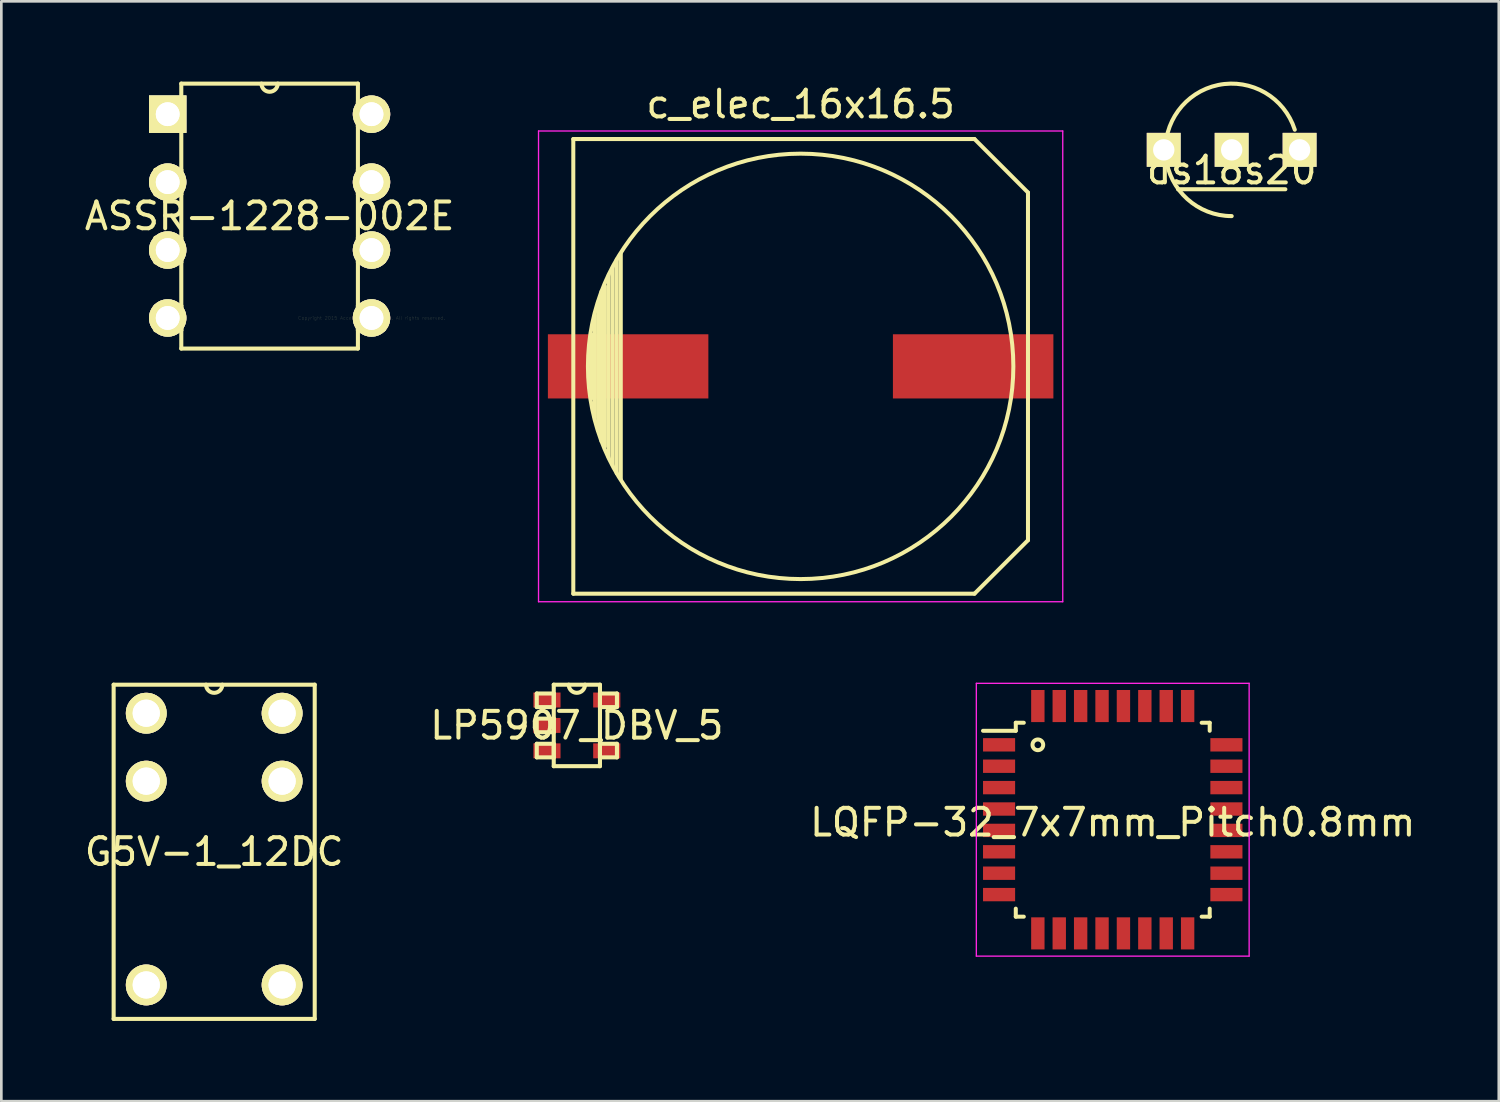
<source format=kicad_pcb>
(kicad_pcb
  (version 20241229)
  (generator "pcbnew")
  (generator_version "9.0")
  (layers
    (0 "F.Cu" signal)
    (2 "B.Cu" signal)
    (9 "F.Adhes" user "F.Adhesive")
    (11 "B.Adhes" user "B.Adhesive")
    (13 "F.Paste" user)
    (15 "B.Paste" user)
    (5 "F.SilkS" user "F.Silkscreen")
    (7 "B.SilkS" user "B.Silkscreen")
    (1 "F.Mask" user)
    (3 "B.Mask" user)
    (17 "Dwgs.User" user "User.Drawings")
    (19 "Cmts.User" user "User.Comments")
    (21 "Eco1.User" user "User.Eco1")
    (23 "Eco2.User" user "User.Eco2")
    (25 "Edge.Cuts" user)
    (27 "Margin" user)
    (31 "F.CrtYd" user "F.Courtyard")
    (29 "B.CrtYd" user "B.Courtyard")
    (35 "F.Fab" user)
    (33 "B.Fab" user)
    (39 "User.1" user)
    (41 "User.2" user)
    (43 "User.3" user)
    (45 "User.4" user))
  (footprint "LQFP-32_7x7mm_Pitch0.8mm"
    (layer "F.Cu")
    (at 38.554 27.598)
    (property "Reference" "LQFP-32_7x7mm_Pitch0.8mm" (at 0 0.1 0) (layer "F.SilkS") (effects (font (size 1 1) (thickness 0.15))))
    (attr smd)
    (fp_line (start -3.625 -3.625) (end -3.625 -3.325) (stroke (width 0.15) (type solid)) (layer "F.SilkS"))
    (fp_line (start -3.625 -3.625) (end -3.325 -3.625) (stroke (width 0.15) (type solid)) (layer "F.SilkS"))
    (fp_line (start -3.625 -3.325) (end -4.85 -3.325) (stroke (width 0.15) (type solid)) (layer "F.SilkS"))
    (fp_line (start -3.625 3.625) (end -3.625 3.325) (stroke (width 0.15) (type solid)) (layer "F.SilkS"))
    (fp_line (start -3.625 3.625) (end -3.325 3.625) (stroke (width 0.15) (type solid)) (layer "F.SilkS"))
    (fp_line (start 3.625 -3.625) (end 3.325 -3.625) (stroke (width 0.15) (type solid)) (layer "F.SilkS"))
    (fp_line (start 3.625 -3.625) (end 3.625 -3.325) (stroke (width 0.15) (type solid)) (layer "F.SilkS"))
    (fp_line (start 3.625 3.625) (end 3.325 3.625) (stroke (width 0.15) (type solid)) (layer "F.SilkS"))
    (fp_line (start 3.625 3.625) (end 3.625 3.325) (stroke (width 0.15) (type solid)) (layer "F.SilkS"))
    (fp_circle (center -2.8 -2.8) (end -2.6 -2.8) (stroke (width 0.15) (type solid)) (fill no) (layer "F.SilkS"))
    (fp_line (start -5.1 -5.1) (end -5.1 5.1) (stroke (width 0.05) (type solid)) (layer "F.CrtYd"))
    (fp_line (start -5.1 -5.1) (end 5.1 -5.1) (stroke (width 0.05) (type solid)) (layer "F.CrtYd"))
    (fp_line (start -5.1 5.1) (end 5.1 5.1) (stroke (width 0.05) (type solid)) (layer "F.CrtYd"))
    (fp_line (start 5.1 -5.1) (end 5.1 5.1) (stroke (width 0.05) (type solid)) (layer "F.CrtYd"))
    (pad "1" smd rect (at -4.25 -2.8) (size 1.2 0.5) (layers "F.Cu" "F.Mask" "F.Paste"))
    (pad "2" smd rect (at -4.25 -2) (size 1.2 0.5) (layers "F.Cu" "F.Mask" "F.Paste"))
    (pad "3" smd rect (at -4.25 -1.2) (size 1.2 0.5) (layers "F.Cu" "F.Mask" "F.Paste"))
    (pad "4" smd rect (at -4.25 -0.4) (size 1.2 0.5) (layers "F.Cu" "F.Mask" "F.Paste"))
    (pad "5" smd rect (at -4.25 0.4) (size 1.2 0.5) (layers "F.Cu" "F.Mask" "F.Paste"))
    (pad "6" smd rect (at -4.25 1.2) (size 1.2 0.5) (layers "F.Cu" "F.Mask" "F.Paste"))
    (pad "7" smd rect (at -4.25 2) (size 1.2 0.5) (layers "F.Cu" "F.Mask" "F.Paste"))
    (pad "8" smd rect (at -4.25 2.8) (size 1.2 0.5) (layers "F.Cu" "F.Mask" "F.Paste"))
    (pad "9" smd rect (at -2.8 4.25 90) (size 1.2 0.5) (layers "F.Cu" "F.Mask" "F.Paste"))
    (pad "10" smd rect (at -2 4.25 90) (size 1.2 0.5) (layers "F.Cu" "F.Mask" "F.Paste"))
    (pad "11" smd rect (at -1.2 4.25 90) (size 1.2 0.5) (layers "F.Cu" "F.Mask" "F.Paste"))
    (pad "12" smd rect (at -0.4 4.25 90) (size 1.2 0.5) (layers "F.Cu" "F.Mask" "F.Paste"))
    (pad "13" smd rect (at 0.4 4.25 90) (size 1.2 0.5) (layers "F.Cu" "F.Mask" "F.Paste"))
    (pad "14" smd rect (at 1.2 4.25 90) (size 1.2 0.5) (layers "F.Cu" "F.Mask" "F.Paste"))
    (pad "15" smd rect (at 2 4.25 90) (size 1.2 0.5) (layers "F.Cu" "F.Mask" "F.Paste"))
    (pad "16" smd rect (at 2.8 4.25 90) (size 1.2 0.5) (layers "F.Cu" "F.Mask" "F.Paste"))
    (pad "17" smd rect (at 4.25 2.8) (size 1.2 0.5) (layers "F.Cu" "F.Mask" "F.Paste"))
    (pad "18" smd rect (at 4.25 2) (size 1.2 0.5) (layers "F.Cu" "F.Mask" "F.Paste"))
    (pad "19" smd rect (at 4.25 1.2) (size 1.2 0.5) (layers "F.Cu" "F.Mask" "F.Paste"))
    (pad "20" smd rect (at 4.25 0.4) (size 1.2 0.5) (layers "F.Cu" "F.Mask" "F.Paste"))
    (pad "21" smd rect (at 4.25 -0.4) (size 1.2 0.5) (layers "F.Cu" "F.Mask" "F.Paste"))
    (pad "22" smd rect (at 4.25 -1.2) (size 1.2 0.5) (layers "F.Cu" "F.Mask" "F.Paste"))
    (pad "23" smd rect (at 4.25 -2) (size 1.2 0.5) (layers "F.Cu" "F.Mask" "F.Paste"))
    (pad "24" smd rect (at 4.25 -2.8) (size 1.2 0.5) (layers "F.Cu" "F.Mask" "F.Paste"))
    (pad "25" smd rect (at 2.8 -4.25 90) (size 1.2 0.5) (layers "F.Cu" "F.Mask" "F.Paste"))
    (pad "26" smd rect (at 2 -4.25 90) (size 1.2 0.5) (layers "F.Cu" "F.Mask" "F.Paste"))
    (pad "27" smd rect (at 1.2 -4.25 90) (size 1.2 0.5) (layers "F.Cu" "F.Mask" "F.Paste"))
    (pad "28" smd rect (at 0.4 -4.25 90) (size 1.2 0.5) (layers "F.Cu" "F.Mask" "F.Paste"))
    (pad "29" smd rect (at -0.4 -4.25 90) (size 1.2 0.5) (layers "F.Cu" "F.Mask" "F.Paste"))
    (pad "30" smd rect (at -1.2 -4.25 90) (size 1.2 0.5) (layers "F.Cu" "F.Mask" "F.Paste"))
    (pad "31" smd rect (at -2 -4.25 90) (size 1.2 0.5) (layers "F.Cu" "F.Mask" "F.Paste"))
    (pad "32" smd rect (at -2.8 -4.25 90) (size 1.2 0.5) (layers "F.Cu" "F.Mask" "F.Paste")))
  (footprint "c_elec_16x16.5"
    (layer "F.Cu")
    (at 26.885 10.648)
    (property "Reference" "c_elec_16x16.5" (at 0 -9.8 0) (layer "F.SilkS") (effects (font (size 1 1) (thickness 0.15))))
    (attr smd)
    (fp_line (start -8.5 -8.5) (end -8.5 8.5) (stroke (width 0.15) (type solid)) (layer "F.SilkS"))
    (fp_line (start -8.5 8.5) (end 6.5 8.5) (stroke (width 0.15) (type solid)) (layer "F.SilkS"))
    (fp_line (start -7.826 1.2) (end -7.826 -1.2) (stroke (width 0.15) (type solid)) (layer "F.SilkS"))
    (fp_line (start -7.699 -1.9) (end -7.699 1.9) (stroke (width 0.15) (type solid)) (layer "F.SilkS"))
    (fp_line (start -7.572 2.4) (end -7.572 -2.4) (stroke (width 0.15) (type solid)) (layer "F.SilkS"))
    (fp_line (start -7.445 -2.8) (end -7.445 2.8) (stroke (width 0.15) (type solid)) (layer "F.SilkS"))
    (fp_line (start -7.318 3) (end -7.318 -3) (stroke (width 0.15) (type solid)) (layer "F.SilkS"))
    (fp_line (start -7.175 3.4) (end -7.175 -3.4) (stroke (width 0.15) (type solid)) (layer "F.SilkS"))
    (fp_line (start -7.025 3.7) (end -7.025 -3.7) (stroke (width 0.15) (type solid)) (layer "F.SilkS"))
    (fp_line (start -6.875 4) (end -6.875 -4) (stroke (width 0.15) (type solid)) (layer "F.SilkS"))
    (fp_line (start -6.725 4.2) (end -6.725 -4.2) (stroke (width 0.15) (type solid)) (layer "F.SilkS"))
    (fp_line (start 6.5 -8.5) (end -8.5 -8.5) (stroke (width 0.15) (type solid)) (layer "F.SilkS"))
    (fp_line (start 6.5 -8.5) (end 8.5 -6.5) (stroke (width 0.15) (type solid)) (layer "F.SilkS"))
    (fp_line (start 6.5 8.5) (end 8.5 6.5) (stroke (width 0.15) (type solid)) (layer "F.SilkS"))
    (fp_line (start 8.5 6.5) (end 8.5 -6.5) (stroke (width 0.15) (type solid)) (layer "F.SilkS"))
    (fp_circle (center 0 0) (end 7.953 0) (stroke (width 0.15) (type solid)) (fill no) (layer "F.SilkS"))
    (fp_line (start -9.8 -8.8) (end 9.8 -8.8) (stroke (width 0.05) (type solid)) (layer "F.CrtYd"))
    (fp_line (start -9.8 8.8) (end -9.8 -8.8) (stroke (width 0.05) (type solid)) (layer "F.CrtYd"))
    (fp_line (start 9.8 -8.8) (end 9.8 8.8) (stroke (width 0.05) (type solid)) (layer "F.CrtYd"))
    (fp_line (start 9.8 8.8) (end -9.8 8.8) (stroke (width 0.05) (type solid)) (layer "F.CrtYd"))
    (pad "1" smd rect (at 6.45 0) (size 6 2.4) (layers "F.Cu" "F.Mask" "F.Paste"))
    (pad "2" smd rect (at -6.45 0) (size 6 2.4) (layers "F.Cu" "F.Mask" "F.Paste")))
  (footprint "ds18s20"
    (layer "F.Cu")
    (at 45.541 2.553)
    (property "Reference" "ds18s20" (at -2.54 0.762 0) (layer "F.SilkS") (effects (font (size 1 1) (thickness 0.15))))
    (attr through_hole)
    (fp_line (start -4.547 1.473) (end -0.533 1.473) (stroke (width 0.152) (type solid)) (layer "F.SilkS"))
    (fp_arc (start -2.54 2.4765) (mid -4.539998 -1.4605) (end -0.181028 -0.75386) (stroke (width 0.1524) (type solid)) (layer "F.SilkS"))
    (fp_circle (center -4.763 0) (end -4.636 0) (stroke (width 0.152) (type solid)) (fill no) (layer "F.SilkS"))
    (pad "1" thru_hole rect (at -5.08 0) (size 1.27 1.27) (drill 0.8) (layers "*.Cu" "*.Mask" "F.SilkS"))
    (pad "2" thru_hole rect (at -2.54 0) (size 1.27 1.27) (drill 0.8) (layers "*.Cu" "*.Mask" "F.SilkS"))
    (pad "3" thru_hole rect (at 0 0) (size 1.27 1.27) (drill 0.8) (layers "*.Cu" "*.Mask" "F.SilkS")))
  (footprint "LP5907_DBV_5"
    (layer "F.Cu")
    (at 18.518 24.073)
    (property "Reference" "LP5907_DBV_5" (at 0 0 0) (layer "F.SilkS") (effects (font (size 1 1) (thickness 0.15))))
    (attr through_hole)
    (fp_line (start -1.499 -1.194) (end -1.499 -0.686) (stroke (width 0.152) (type solid)) (layer "F.SilkS"))
    (fp_line (start -1.499 -0.686) (end -0.864 -0.686) (stroke (width 0.152) (type solid)) (layer "F.SilkS"))
    (fp_line (start -1.499 -0.254) (end -1.499 0.254) (stroke (width 0.152) (type solid)) (layer "F.SilkS"))
    (fp_line (start -1.499 0.254) (end -0.864 0.254) (stroke (width 0.152) (type solid)) (layer "F.SilkS"))
    (fp_line (start -1.499 0.686) (end -1.499 1.194) (stroke (width 0.152) (type solid)) (layer "F.SilkS"))
    (fp_line (start -1.499 1.194) (end -0.864 1.194) (stroke (width 0.152) (type solid)) (layer "F.SilkS"))
    (fp_line (start -0.864 -1.524) (end -0.864 1.524) (stroke (width 0.152) (type solid)) (layer "F.SilkS"))
    (fp_line (start -0.864 -1.194) (end -1.499 -1.194) (stroke (width 0.152) (type solid)) (layer "F.SilkS"))
    (fp_line (start -0.864 -0.686) (end -0.864 -1.194) (stroke (width 0.152) (type solid)) (layer "F.SilkS"))
    (fp_line (start -0.864 -0.254) (end -1.499 -0.254) (stroke (width 0.152) (type solid)) (layer "F.SilkS"))
    (fp_line (start -0.864 0.254) (end -0.864 -0.254) (stroke (width 0.152) (type solid)) (layer "F.SilkS"))
    (fp_line (start -0.864 0.686) (end -1.499 0.686) (stroke (width 0.152) (type solid)) (layer "F.SilkS"))
    (fp_line (start -0.864 1.194) (end -0.864 0.686) (stroke (width 0.152) (type solid)) (layer "F.SilkS"))
    (fp_line (start -0.864 1.524) (end 0.864 1.524) (stroke (width 0.152) (type solid)) (layer "F.SilkS"))
    (fp_line (start 0.864 -1.524) (end -0.864 -1.524) (stroke (width 0.152) (type solid)) (layer "F.SilkS"))
    (fp_line (start 0.864 -1.194) (end 0.864 -0.686) (stroke (width 0.152) (type solid)) (layer "F.SilkS"))
    (fp_line (start 0.864 -0.686) (end 1.499 -0.686) (stroke (width 0.152) (type solid)) (layer "F.SilkS"))
    (fp_line (start 0.864 0.686) (end 0.864 1.194) (stroke (width 0.152) (type solid)) (layer "F.SilkS"))
    (fp_line (start 0.864 1.194) (end 1.499 1.194) (stroke (width 0.152) (type solid)) (layer "F.SilkS"))
    (fp_line (start 0.864 1.524) (end 0.864 -1.524) (stroke (width 0.152) (type solid)) (layer "F.SilkS"))
    (fp_line (start 1.499 -1.194) (end 0.864 -1.194) (stroke (width 0.152) (type solid)) (layer "F.SilkS"))
    (fp_line (start 1.499 -0.686) (end 1.499 -1.194) (stroke (width 0.152) (type solid)) (layer "F.SilkS"))
    (fp_line (start 1.499 0.686) (end 0.864 0.686) (stroke (width 0.152) (type solid)) (layer "F.SilkS"))
    (fp_line (start 1.499 1.194) (end 1.499 0.686) (stroke (width 0.152) (type solid)) (layer "F.SilkS"))
    (fp_arc (start 0.3048 -1.524) (mid 0 -1.2192) (end -0.3048 -1.524) (stroke (width 0.1524) (type solid)) (layer "F.SilkS"))
    (pad "1" smd rect (at -1.118 -0.95) (size 1.016 0.559) (layers "F.Cu" "F.Mask" "F.Paste"))
    (pad "2" smd rect (at -1.118 0) (size 1.016 0.559) (layers "F.Cu" "F.Mask" "F.Paste"))
    (pad "3" smd rect (at -1.118 0.95) (size 1.016 0.559) (layers "F.Cu" "F.Mask" "F.Paste"))
    (pad "4" smd rect (at 1.118 0.95) (size 1.016 0.559) (layers "F.Cu" "F.Mask" "F.Paste"))
    (pad "5" smd rect (at 1.118 -0.95) (size 1.016 0.559) (layers "F.Cu" "F.Mask" "F.Paste")))
  (footprint "G5V-1_12DC"
    (layer "F.Cu")
    (at 7.498 33.979)
    (property "Reference" "G5V-1_12DC" (at -2.54 -5.182 0) (layer "F.SilkS") (effects (font (size 1 1) (thickness 0.15))))
    (attr through_hole)
    (fp_line (start -6.299 -11.43) (end -6.299 1.067) (stroke (width 0.152) (type solid)) (layer "F.SilkS"))
    (fp_line (start -6.299 1.067) (end 1.219 1.067) (stroke (width 0.152) (type solid)) (layer "F.SilkS"))
    (fp_line (start 1.219 -11.43) (end -6.299 -11.43) (stroke (width 0.152) (type solid)) (layer "F.SilkS"))
    (fp_line (start 1.219 1.067) (end 1.219 -11.43) (stroke (width 0.152) (type solid)) (layer "F.SilkS"))
    (fp_arc (start -2.2352 -11.43) (mid -2.54 -11.1252) (end -2.8448 -11.43) (stroke (width 0.1524) (type solid)) (layer "F.SilkS"))
    (pad "1" thru_hole circle (at -5.08 -10.363) (size 1.524 1.524) (drill 1.016) (layers "*.Cu" "*.Mask" "F.SilkS"))
    (pad "1" thru_hole circle (at -5.08 -10.363) (size 1.524 1.524) (drill 1.016) (layers "*.Cu" "*.Mask" "F.SilkS"))
    (pad "2" thru_hole circle (at -5.08 -7.823) (size 1.524 1.524) (drill 1.016) (layers "*.Cu" "*.Mask" "F.SilkS"))
    (pad "2" thru_hole circle (at -5.08 -7.823) (size 1.524 1.524) (drill 1.016) (layers "*.Cu" "*.Mask" "F.SilkS"))
    (pad "3" thru_hole circle (at -5.08 -0.203) (size 1.524 1.524) (drill 1.016) (layers "*.Cu" "*.Mask" "F.SilkS"))
    (pad "3" thru_hole circle (at -5.08 -0.203) (size 1.524 1.524) (drill 1.016) (layers "*.Cu" "*.Mask" "F.SilkS"))
    (pad "4" thru_hole circle (at 0 -0.203) (size 1.524 1.524) (drill 1.016) (layers "*.Cu" "*.Mask" "F.SilkS"))
    (pad "4" thru_hole circle (at 0 -0.203) (size 1.524 1.524) (drill 1.016) (layers "*.Cu" "*.Mask" "F.SilkS"))
    (pad "5" thru_hole circle (at 0 -7.823) (size 1.524 1.524) (drill 1.016) (layers "*.Cu" "*.Mask" "F.SilkS"))
    (pad "5" thru_hole circle (at 0 -7.823) (size 1.524 1.524) (drill 1.016) (layers "*.Cu" "*.Mask" "F.SilkS"))
    (pad "6" thru_hole circle (at 0 -10.363) (size 1.524 1.524) (drill 1.016) (layers "*.Cu" "*.Mask" "F.SilkS"))
    (pad "6" thru_hole circle (at 0 -10.363) (size 1.524 1.524) (drill 1.016) (layers "*.Cu" "*.Mask" "F.SilkS")))
  (footprint "ASSR-1228-002E"
    (layer "F.Cu")
    (at 10.84 8.839)
    (property "Reference" "ASSR-1228-002E" (at -3.81 -3.81 0) (layer "F.SilkS") (effects (font (size 1 1) (thickness 0.15))))
    (attr through_hole)
    (fp_line (start -8.077 -8.077) (end -8.077 -7.163) (stroke (width 0.152) (type solid)) (layer "F.SilkS"))
    (fp_line (start -8.077 -7.163) (end -7.112 -7.163) (stroke (width 0.152) (type solid)) (layer "F.SilkS"))
    (fp_line (start -8.077 -5.537) (end -8.077 -4.623) (stroke (width 0.152) (type solid)) (layer "F.SilkS"))
    (fp_line (start -8.077 -4.623) (end -7.112 -4.623) (stroke (width 0.152) (type solid)) (layer "F.SilkS"))
    (fp_line (start -8.077 -2.997) (end -8.077 -2.083) (stroke (width 0.152) (type solid)) (layer "F.SilkS"))
    (fp_line (start -8.077 -2.083) (end -7.112 -2.083) (stroke (width 0.152) (type solid)) (layer "F.SilkS"))
    (fp_line (start -8.077 -0.432) (end -8.077 0.457) (stroke (width 0.152) (type solid)) (layer "F.SilkS"))
    (fp_line (start -8.077 0.457) (end -7.112 0.457) (stroke (width 0.152) (type solid)) (layer "F.SilkS"))
    (fp_line (start -7.112 -8.763) (end -7.112 1.143) (stroke (width 0.152) (type solid)) (layer "F.SilkS"))
    (fp_line (start -7.112 -8.077) (end -8.077 -8.077) (stroke (width 0.152) (type solid)) (layer "F.SilkS"))
    (fp_line (start -7.112 -7.163) (end -7.112 -8.077) (stroke (width 0.152) (type solid)) (layer "F.SilkS"))
    (fp_line (start -7.112 -5.537) (end -8.077 -5.537) (stroke (width 0.152) (type solid)) (layer "F.SilkS"))
    (fp_line (start -7.112 -4.623) (end -7.112 -5.537) (stroke (width 0.152) (type solid)) (layer "F.SilkS"))
    (fp_line (start -7.112 -2.997) (end -8.077 -2.997) (stroke (width 0.152) (type solid)) (layer "F.SilkS"))
    (fp_line (start -7.112 -2.083) (end -7.112 -2.997) (stroke (width 0.152) (type solid)) (layer "F.SilkS"))
    (fp_line (start -7.112 -0.457) (end -8.077 -0.432) (stroke (width 0.152) (type solid)) (layer "F.SilkS"))
    (fp_line (start -7.112 0.457) (end -7.112 -0.457) (stroke (width 0.152) (type solid)) (layer "F.SilkS"))
    (fp_line (start -7.112 1.143) (end -0.508 1.143) (stroke (width 0.152) (type solid)) (layer "F.SilkS"))
    (fp_line (start -0.508 -8.763) (end -7.112 -8.763) (stroke (width 0.152) (type solid)) (layer "F.SilkS"))
    (fp_line (start -0.508 -8.077) (end -0.508 -7.163) (stroke (width 0.152) (type solid)) (layer "F.SilkS"))
    (fp_line (start -0.508 -7.163) (end 0.432 -7.163) (stroke (width 0.152) (type solid)) (layer "F.SilkS"))
    (fp_line (start -0.508 -5.537) (end -0.508 -4.623) (stroke (width 0.152) (type solid)) (layer "F.SilkS"))
    (fp_line (start -0.508 -4.623) (end 0.432 -4.623) (stroke (width 0.152) (type solid)) (layer "F.SilkS"))
    (fp_line (start -0.508 -2.997) (end -0.508 -2.083) (stroke (width 0.152) (type solid)) (layer "F.SilkS"))
    (fp_line (start -0.508 -2.083) (end 0.457 -2.108) (stroke (width 0.152) (type solid)) (layer "F.SilkS"))
    (fp_line (start -0.508 -0.457) (end -0.508 0.457) (stroke (width 0.152) (type solid)) (layer "F.SilkS"))
    (fp_line (start -0.508 0.457) (end 0.457 0.432) (stroke (width 0.152) (type solid)) (layer "F.SilkS"))
    (fp_line (start -0.508 1.143) (end -0.508 -8.763) (stroke (width 0.152) (type solid)) (layer "F.SilkS"))
    (fp_line (start 0.432 -8.077) (end -0.508 -8.077) (stroke (width 0.152) (type solid)) (layer "F.SilkS"))
    (fp_line (start 0.432 -7.163) (end 0.432 -8.077) (stroke (width 0.152) (type solid)) (layer "F.SilkS"))
    (fp_line (start 0.432 -5.537) (end -0.508 -5.537) (stroke (width 0.152) (type solid)) (layer "F.SilkS"))
    (fp_line (start 0.432 -4.623) (end 0.432 -5.537) (stroke (width 0.152) (type solid)) (layer "F.SilkS"))
    (fp_line (start 0.432 -2.997) (end -0.508 -2.997) (stroke (width 0.152) (type solid)) (layer "F.SilkS"))
    (fp_line (start 0.432 -0.457) (end -0.508 -0.457) (stroke (width 0.152) (type solid)) (layer "F.SilkS"))
    (fp_line (start 0.457 -2.108) (end 0.432 -2.997) (stroke (width 0.152) (type solid)) (layer "F.SilkS"))
    (fp_line (start 0.457 0.432) (end 0.432 -0.457) (stroke (width 0.152) (type solid)) (layer "F.SilkS"))
    (fp_arc (start -3.5052 -8.763) (mid -3.81 -8.4582) (end -4.1148 -8.763) (stroke (width 0.1524) (type solid)) (layer "F.SilkS"))
    (fp_text user "Copyright 2015 Accelerated Designs. All rights reserved." (at 0 0 0) (layer "F.SilkS") (effects (font (size 0.127 0.127) (thickness 0.002))))
    (pad "1" thru_hole rect (at -7.62 -7.62) (size 1.397 1.397) (drill 0.889) (layers "*.Cu" "*.Mask" "F.SilkS"))
    (pad "1" thru_hole rect (at -7.62 -7.62) (size 1.397 1.397) (drill 0.889) (layers "*.Cu" "*.Mask" "F.SilkS"))
    (pad "2" thru_hole circle (at -7.62 -5.08) (size 1.397 1.397) (drill 0.889) (layers "*.Cu" "*.Mask" "F.SilkS"))
    (pad "2" thru_hole circle (at -7.62 -5.08) (size 1.397 1.397) (drill 0.889) (layers "*.Cu" "*.Mask" "F.SilkS"))
    (pad "3" thru_hole circle (at -7.62 -2.54) (size 1.397 1.397) (drill 0.889) (layers "*.Cu" "*.Mask" "F.SilkS"))
    (pad "3" thru_hole circle (at -7.62 -2.54) (size 1.397 1.397) (drill 0.889) (layers "*.Cu" "*.Mask" "F.SilkS"))
    (pad "4" thru_hole circle (at -7.62 0) (size 1.397 1.397) (drill 0.889) (layers "*.Cu" "*.Mask" "F.SilkS"))
    (pad "4" thru_hole circle (at -7.62 0) (size 1.397 1.397) (drill 0.889) (layers "*.Cu" "*.Mask" "F.SilkS"))
    (pad "5" thru_hole circle (at 0 0) (size 1.397 1.397) (drill 0.889) (layers "*.Cu" "*.Mask" "F.SilkS"))
    (pad "5" thru_hole circle (at 0 0) (size 1.397 1.397) (drill 0.889) (layers "*.Cu" "*.Mask" "F.SilkS"))
    (pad "6" thru_hole circle (at 0 -2.54) (size 1.397 1.397) (drill 0.889) (layers "*.Cu" "*.Mask" "F.SilkS"))
    (pad "6" thru_hole circle (at 0 -2.54) (size 1.397 1.397) (drill 0.889) (layers "*.Cu" "*.Mask" "F.SilkS"))
    (pad "7" thru_hole circle (at 0 -5.08) (size 1.397 1.397) (drill 0.889) (layers "*.Cu" "*.Mask" "F.SilkS"))
    (pad "7" thru_hole circle (at 0 -5.08) (size 1.397 1.397) (drill 0.889) (layers "*.Cu" "*.Mask" "F.SilkS"))
    (pad "8" thru_hole circle (at 0 -7.62) (size 1.397 1.397) (drill 0.889) (layers "*.Cu" "*.Mask" "F.SilkS"))
    (pad "8" thru_hole circle (at 0 -7.62) (size 1.397 1.397) (drill 0.889) (layers "*.Cu" "*.Mask" "F.SilkS")))
  (gr_rect
    (start -3 -3)
    (end 52.988 38.122)
    (stroke (width 0.1) (type default))
    (fill no)
    (layer "Edge.Cuts")))
</source>
